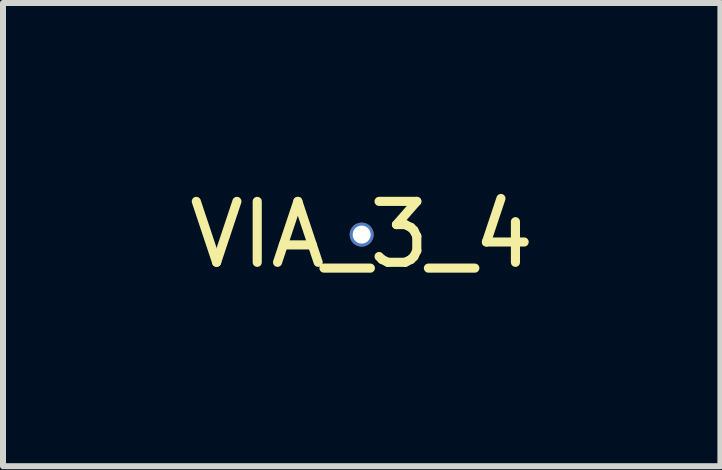
<source format=kicad_pcb>
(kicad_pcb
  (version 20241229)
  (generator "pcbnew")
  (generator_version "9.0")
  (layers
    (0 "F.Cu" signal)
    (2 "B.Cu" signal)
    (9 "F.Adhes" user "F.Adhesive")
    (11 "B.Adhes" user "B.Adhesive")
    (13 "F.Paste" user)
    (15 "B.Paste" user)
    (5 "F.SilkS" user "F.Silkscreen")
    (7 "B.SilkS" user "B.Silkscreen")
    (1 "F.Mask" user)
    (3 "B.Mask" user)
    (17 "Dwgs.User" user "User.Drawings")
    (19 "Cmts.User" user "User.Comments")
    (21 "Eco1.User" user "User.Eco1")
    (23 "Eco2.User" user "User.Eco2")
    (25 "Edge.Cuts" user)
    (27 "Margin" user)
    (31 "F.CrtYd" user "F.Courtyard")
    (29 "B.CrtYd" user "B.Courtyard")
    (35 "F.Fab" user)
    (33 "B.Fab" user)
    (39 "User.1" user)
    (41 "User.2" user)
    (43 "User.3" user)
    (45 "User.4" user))
  (footprint "VIA_3_4"
    (layer "F.Cu")
    (at 2.981 0.862)
    (property "Reference" "VIA_3_4" (at 0 0 0) (layer "F.SilkS") (effects (font (size 1.016 1.016) (thickness 0.152))))
    (attr through_hole)
    (pad "1" thru_hole circle (at 0 0) (size 0.4 0.4) (drill 0.3) (layers "*.Cu" "*.Mask")))
  (gr_rect
    (start -3 -3)
    (end 8.963 4.724)
    (stroke (width 0.1) (type default))
    (fill no)
    (layer "Edge.Cuts")))
</source>
